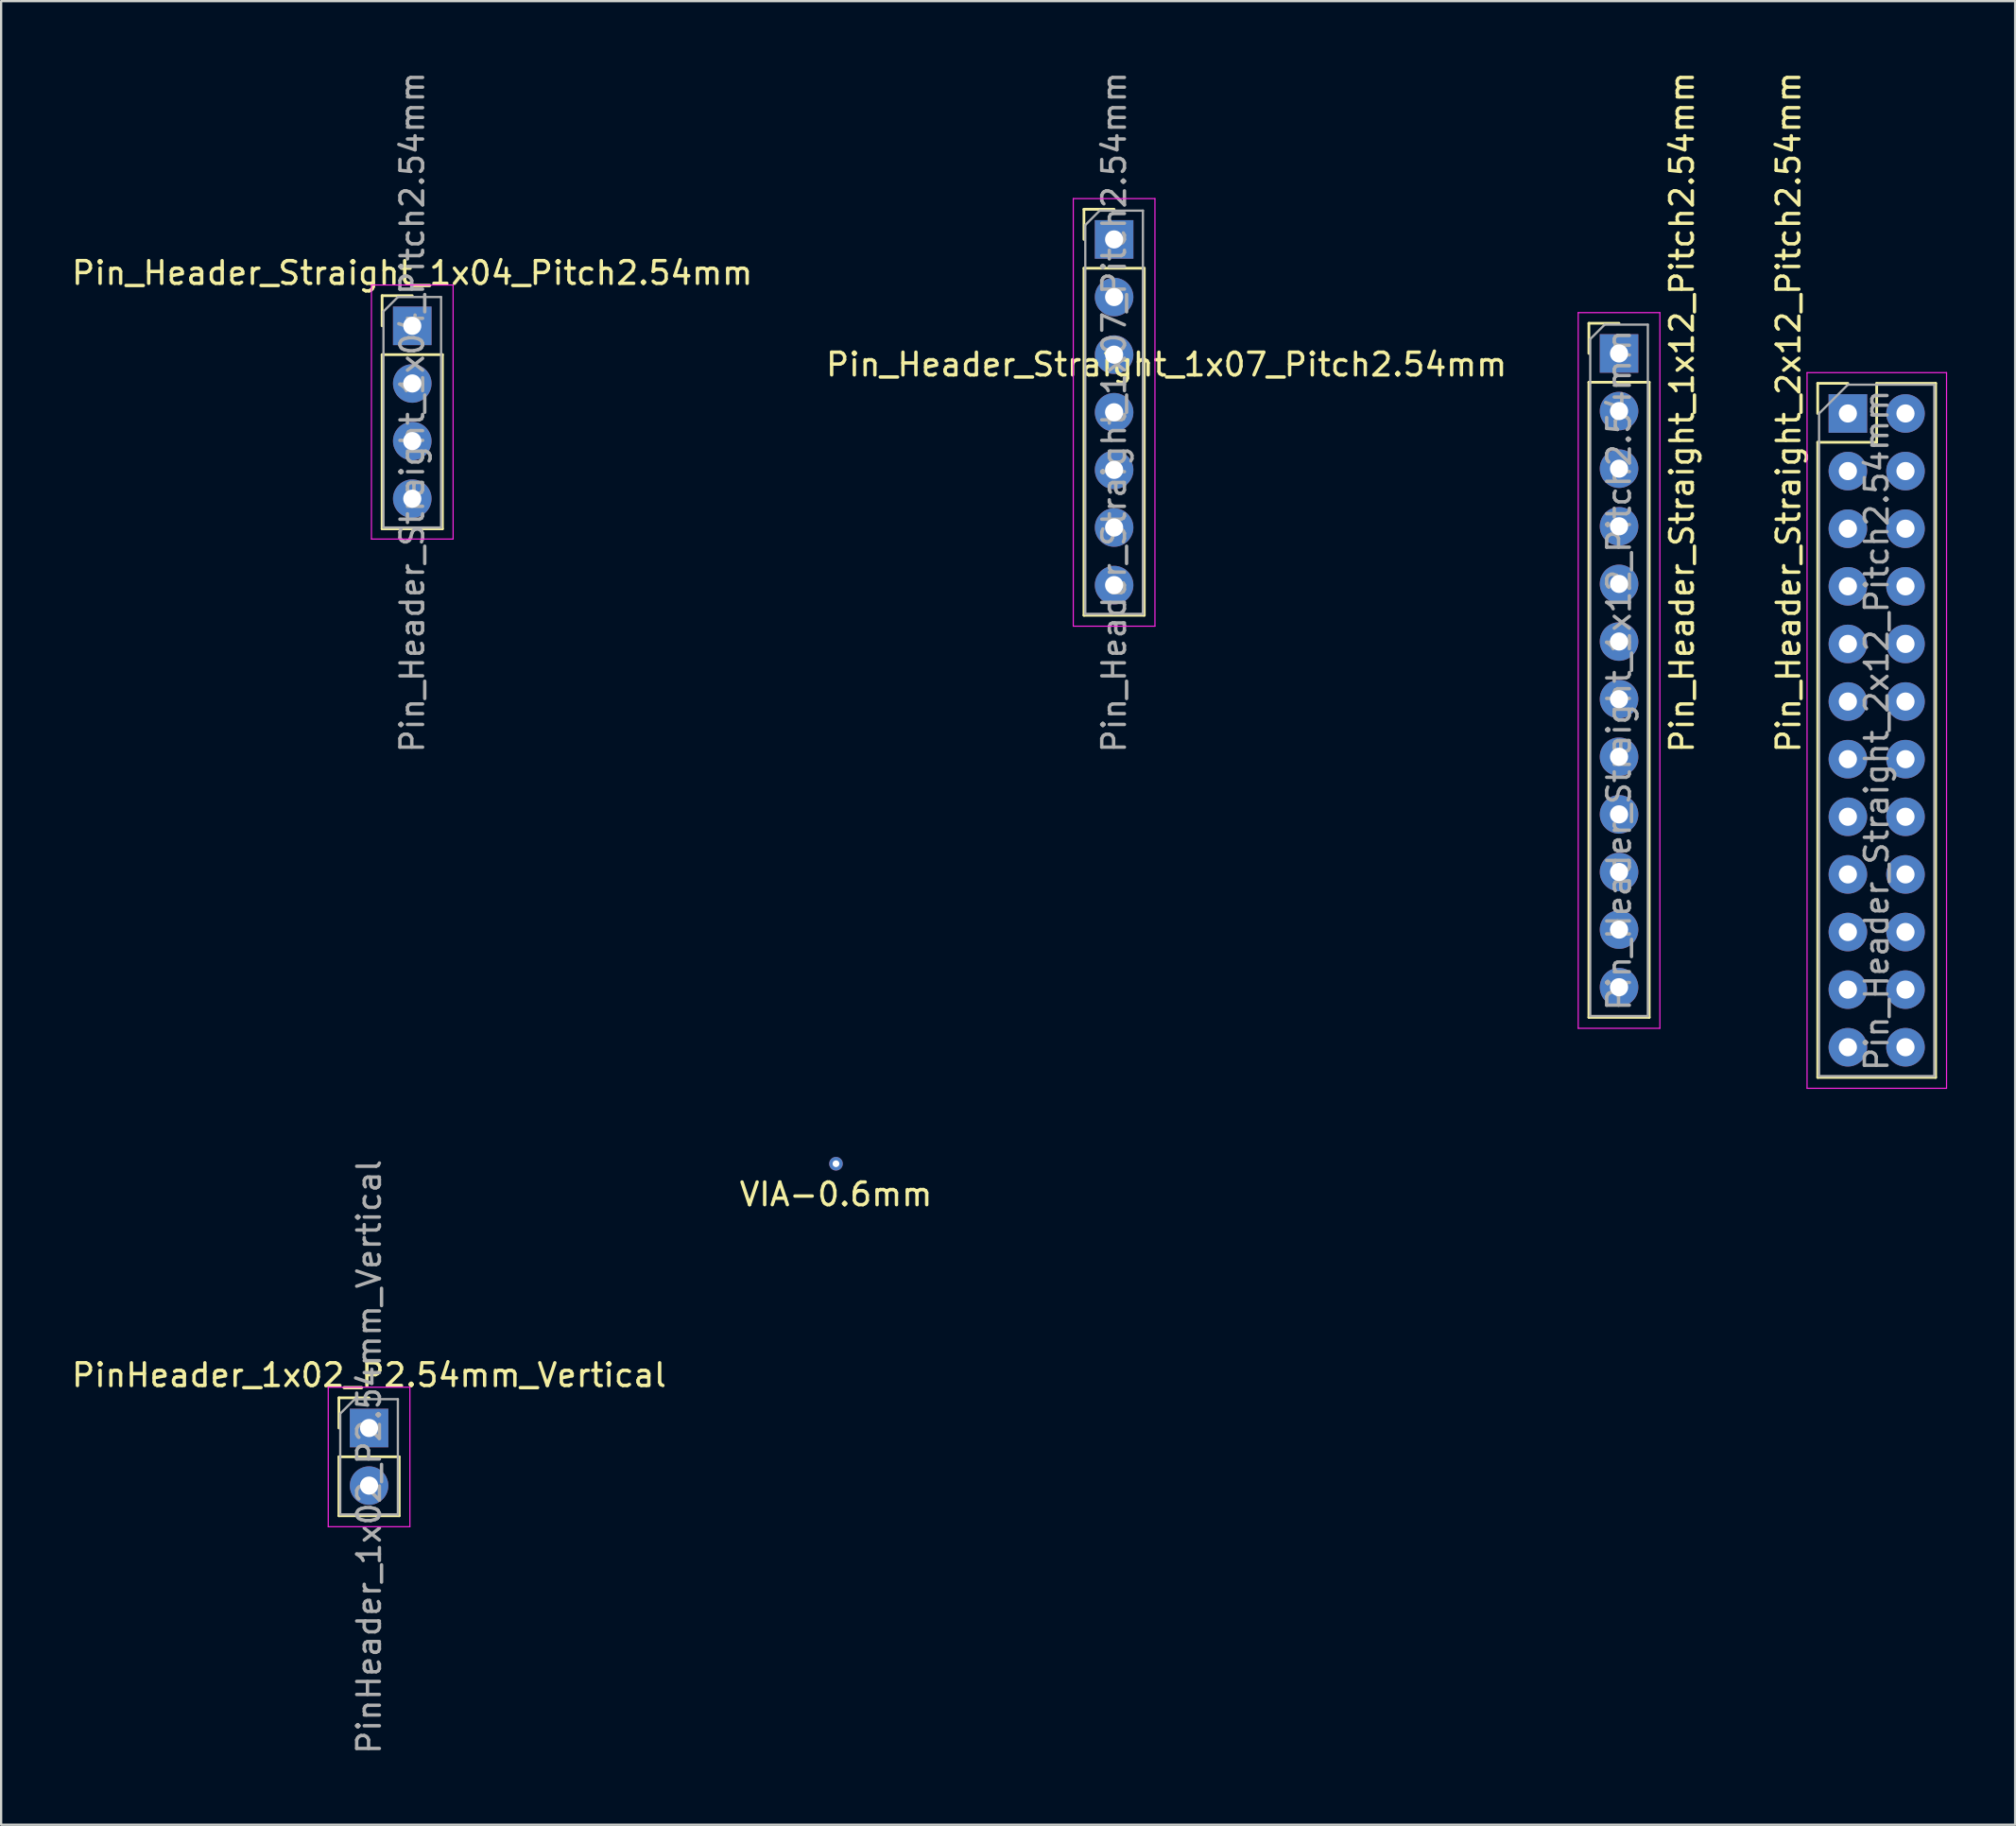
<source format=kicad_pcb>
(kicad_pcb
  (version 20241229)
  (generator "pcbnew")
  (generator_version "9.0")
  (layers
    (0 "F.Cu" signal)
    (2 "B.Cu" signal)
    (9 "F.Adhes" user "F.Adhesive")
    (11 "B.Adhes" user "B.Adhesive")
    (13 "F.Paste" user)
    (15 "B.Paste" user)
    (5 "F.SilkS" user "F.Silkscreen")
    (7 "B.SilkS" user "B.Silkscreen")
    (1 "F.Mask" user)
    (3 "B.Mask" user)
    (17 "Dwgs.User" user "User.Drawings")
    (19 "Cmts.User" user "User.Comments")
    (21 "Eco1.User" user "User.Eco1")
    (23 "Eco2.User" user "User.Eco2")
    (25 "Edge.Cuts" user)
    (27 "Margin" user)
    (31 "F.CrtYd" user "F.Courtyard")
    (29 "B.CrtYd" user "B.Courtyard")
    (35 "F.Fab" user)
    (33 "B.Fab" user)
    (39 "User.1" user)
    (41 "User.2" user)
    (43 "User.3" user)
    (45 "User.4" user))
  (footprint "Pin_Header_Straight_1x07_Pitch2.54mm"
    (layer "F.Cu")
    (at 46.065 7.505)
    (property "Reference" "Pin_Header_Straight_1x07_Pitch2.54mm" (at 2.31 5.515 0) (layer "F.SilkS") (effects (font (size 1 1) (thickness 0.15))))
    (attr through_hole)
    (fp_line (start -1.33 -1.33) (end 0 -1.33) (stroke (width 0.12) (type solid)) (layer "F.SilkS"))
    (fp_line (start -1.33 0) (end -1.33 -1.33) (stroke (width 0.12) (type solid)) (layer "F.SilkS"))
    (fp_line (start -1.33 1.27) (end -1.33 16.57) (stroke (width 0.12) (type solid)) (layer "F.SilkS"))
    (fp_line (start -1.33 1.27) (end 1.33 1.27) (stroke (width 0.12) (type solid)) (layer "F.SilkS"))
    (fp_line (start -1.33 16.57) (end 1.33 16.57) (stroke (width 0.12) (type solid)) (layer "F.SilkS"))
    (fp_line (start 1.33 1.27) (end 1.33 16.57) (stroke (width 0.12) (type solid)) (layer "F.SilkS"))
    (fp_line (start -1.8 -1.8) (end -1.8 17.05) (stroke (width 0.05) (type solid)) (layer "F.CrtYd"))
    (fp_line (start -1.8 17.05) (end 1.8 17.05) (stroke (width 0.05) (type solid)) (layer "F.CrtYd"))
    (fp_line (start 1.8 -1.8) (end -1.8 -1.8) (stroke (width 0.05) (type solid)) (layer "F.CrtYd"))
    (fp_line (start 1.8 17.05) (end 1.8 -1.8) (stroke (width 0.05) (type solid)) (layer "F.CrtYd"))
    (fp_line (start -1.27 -0.635) (end -0.635 -1.27) (stroke (width 0.1) (type solid)) (layer "F.Fab"))
    (fp_line (start -1.27 16.51) (end -1.27 -0.635) (stroke (width 0.1) (type solid)) (layer "F.Fab"))
    (fp_line (start -0.635 -1.27) (end 1.27 -1.27) (stroke (width 0.1) (type solid)) (layer "F.Fab"))
    (fp_line (start 1.27 -1.27) (end 1.27 16.51) (stroke (width 0.1) (type solid)) (layer "F.Fab"))
    (fp_line (start 1.27 16.51) (end -1.27 16.51) (stroke (width 0.1) (type solid)) (layer "F.Fab"))
    (fp_text user "${REFERENCE}" (at 0 7.62 90) (layer "F.Fab") (effects (font (size 1 1) (thickness 0.15))))
    (pad "1" thru_hole rect (at 0 0) (size 1.7 1.7) (drill 0.8) (layers "*.Cu" "*.Mask"))
    (pad "2" thru_hole oval (at 0 2.54) (size 1.7 1.7) (drill 0.8) (layers "*.Cu" "*.Mask"))
    (pad "3" thru_hole oval (at 0 5.08) (size 1.7 1.7) (drill 0.8) (layers "*.Cu" "*.Mask"))
    (pad "4" thru_hole oval (at 0 7.62) (size 1.7 1.7) (drill 0.8) (layers "*.Cu" "*.Mask"))
    (pad "5" thru_hole oval (at 0 10.16) (size 1.7 1.7) (drill 0.8) (layers "*.Cu" "*.Mask"))
    (pad "6" thru_hole oval (at 0 12.7) (size 1.7 1.7) (drill 0.8) (layers "*.Cu" "*.Mask"))
    (pad "7" thru_hole oval (at 0 15.24) (size 1.7 1.7) (drill 0.8) (layers "*.Cu" "*.Mask")))
  (footprint "Pin_Header_Straight_1x04_Pitch2.54mm"
    (layer "F.Cu")
    (at 15.125 11.315)
    (property "Reference" "Pin_Header_Straight_1x04_Pitch2.54mm" (at 0 -2.33 0) (layer "F.SilkS") (effects (font (size 1 1) (thickness 0.15))))
    (attr through_hole)
    (fp_line (start -1.33 -1.33) (end 0 -1.33) (stroke (width 0.12) (type solid)) (layer "F.SilkS"))
    (fp_line (start -1.33 0) (end -1.33 -1.33) (stroke (width 0.12) (type solid)) (layer "F.SilkS"))
    (fp_line (start -1.33 1.27) (end -1.33 8.95) (stroke (width 0.12) (type solid)) (layer "F.SilkS"))
    (fp_line (start -1.33 1.27) (end 1.33 1.27) (stroke (width 0.12) (type solid)) (layer "F.SilkS"))
    (fp_line (start -1.33 8.95) (end 1.33 8.95) (stroke (width 0.12) (type solid)) (layer "F.SilkS"))
    (fp_line (start 1.33 1.27) (end 1.33 8.95) (stroke (width 0.12) (type solid)) (layer "F.SilkS"))
    (fp_line (start -1.8 -1.8) (end -1.8 9.4) (stroke (width 0.05) (type solid)) (layer "F.CrtYd"))
    (fp_line (start -1.8 9.4) (end 1.8 9.4) (stroke (width 0.05) (type solid)) (layer "F.CrtYd"))
    (fp_line (start 1.8 -1.8) (end -1.8 -1.8) (stroke (width 0.05) (type solid)) (layer "F.CrtYd"))
    (fp_line (start 1.8 9.4) (end 1.8 -1.8) (stroke (width 0.05) (type solid)) (layer "F.CrtYd"))
    (fp_line (start -1.27 -0.635) (end -0.635 -1.27) (stroke (width 0.1) (type solid)) (layer "F.Fab"))
    (fp_line (start -1.27 8.89) (end -1.27 -0.635) (stroke (width 0.1) (type solid)) (layer "F.Fab"))
    (fp_line (start -0.635 -1.27) (end 1.27 -1.27) (stroke (width 0.1) (type solid)) (layer "F.Fab"))
    (fp_line (start 1.27 -1.27) (end 1.27 8.89) (stroke (width 0.1) (type solid)) (layer "F.Fab"))
    (fp_line (start 1.27 8.89) (end -1.27 8.89) (stroke (width 0.1) (type solid)) (layer "F.Fab"))
    (fp_text user "${REFERENCE}" (at 0 3.81 90) (layer "F.Fab") (effects (font (size 1 1) (thickness 0.15))))
    (pad "1" thru_hole rect (at 0 0) (size 1.7 1.7) (drill 0.8) (layers "*.Cu" "*.Mask"))
    (pad "2" thru_hole oval (at 0 2.54) (size 1.7 1.7) (drill 0.8) (layers "*.Cu" "*.Mask"))
    (pad "3" thru_hole oval (at 0 5.08) (size 1.7 1.7) (drill 0.8) (layers "*.Cu" "*.Mask"))
    (pad "4" thru_hole oval (at 0 7.62) (size 1.7 1.7) (drill 0.8) (layers "*.Cu" "*.Mask")))
  (footprint "PinHeader_1x02_P2.54mm_Vertical"
    (layer "F.Cu")
    (at 13.22 59.904)
    (property "Reference" "PinHeader_1x02_P2.54mm_Vertical" (at 0 -2.33 0) (layer "F.SilkS") (effects (font (size 1 1) (thickness 0.15))))
    (attr through_hole)
    (fp_line (start -1.33 -1.33) (end 0 -1.33) (stroke (width 0.12) (type solid)) (layer "F.SilkS"))
    (fp_line (start -1.33 0) (end -1.33 -1.33) (stroke (width 0.12) (type solid)) (layer "F.SilkS"))
    (fp_line (start -1.33 1.27) (end -1.33 3.87) (stroke (width 0.12) (type solid)) (layer "F.SilkS"))
    (fp_line (start -1.33 1.27) (end 1.33 1.27) (stroke (width 0.12) (type solid)) (layer "F.SilkS"))
    (fp_line (start -1.33 3.87) (end 1.33 3.87) (stroke (width 0.12) (type solid)) (layer "F.SilkS"))
    (fp_line (start 1.33 1.27) (end 1.33 3.87) (stroke (width 0.12) (type solid)) (layer "F.SilkS"))
    (fp_line (start -1.8 -1.8) (end -1.8 4.35) (stroke (width 0.05) (type solid)) (layer "F.CrtYd"))
    (fp_line (start -1.8 4.35) (end 1.8 4.35) (stroke (width 0.05) (type solid)) (layer "F.CrtYd"))
    (fp_line (start 1.8 -1.8) (end -1.8 -1.8) (stroke (width 0.05) (type solid)) (layer "F.CrtYd"))
    (fp_line (start 1.8 4.35) (end 1.8 -1.8) (stroke (width 0.05) (type solid)) (layer "F.CrtYd"))
    (fp_line (start -1.27 -0.635) (end -0.635 -1.27) (stroke (width 0.1) (type solid)) (layer "F.Fab"))
    (fp_line (start -1.27 3.81) (end -1.27 -0.635) (stroke (width 0.1) (type solid)) (layer "F.Fab"))
    (fp_line (start -0.635 -1.27) (end 1.27 -1.27) (stroke (width 0.1) (type solid)) (layer "F.Fab"))
    (fp_line (start 1.27 -1.27) (end 1.27 3.81) (stroke (width 0.1) (type solid)) (layer "F.Fab"))
    (fp_line (start 1.27 3.81) (end -1.27 3.81) (stroke (width 0.1) (type solid)) (layer "F.Fab"))
    (fp_text user "${REFERENCE}" (at 0 1.27 90) (layer "F.Fab") (effects (font (size 1 1) (thickness 0.15))))
    (pad "1" thru_hole rect (at 0 0) (size 1.7 1.7) (drill 0.8) (layers "*.Cu" "*.Mask"))
    (pad "2" thru_hole oval (at 0 2.54) (size 1.7 1.7) (drill 0.8) (layers "*.Cu" "*.Mask")))
  (footprint "Pin_Header_Straight_1x12_Pitch2.54mm"
    (layer "F.Cu")
    (at 68.325 12.532)
    (property "Reference" "Pin_Header_Straight_1x12_Pitch2.54mm" (at 2.775 2.593 90) (layer "F.SilkS") (effects (font (size 1 1) (thickness 0.15))))
    (attr through_hole)
    (fp_line (start -1.33 -1.33) (end 0 -1.33) (stroke (width 0.12) (type solid)) (layer "F.SilkS"))
    (fp_line (start -1.33 0) (end -1.33 -1.33) (stroke (width 0.12) (type solid)) (layer "F.SilkS"))
    (fp_line (start -1.33 1.27) (end -1.33 29.27) (stroke (width 0.12) (type solid)) (layer "F.SilkS"))
    (fp_line (start -1.33 1.27) (end 1.33 1.27) (stroke (width 0.12) (type solid)) (layer "F.SilkS"))
    (fp_line (start -1.33 29.27) (end 1.33 29.27) (stroke (width 0.12) (type solid)) (layer "F.SilkS"))
    (fp_line (start 1.33 1.27) (end 1.33 29.27) (stroke (width 0.12) (type solid)) (layer "F.SilkS"))
    (fp_line (start -1.8 -1.8) (end -1.8 29.75) (stroke (width 0.05) (type solid)) (layer "F.CrtYd"))
    (fp_line (start -1.8 29.75) (end 1.8 29.75) (stroke (width 0.05) (type solid)) (layer "F.CrtYd"))
    (fp_line (start 1.8 -1.8) (end -1.8 -1.8) (stroke (width 0.05) (type solid)) (layer "F.CrtYd"))
    (fp_line (start 1.8 29.75) (end 1.8 -1.8) (stroke (width 0.05) (type solid)) (layer "F.CrtYd"))
    (fp_line (start -1.27 -0.635) (end -0.635 -1.27) (stroke (width 0.1) (type solid)) (layer "F.Fab"))
    (fp_line (start -1.27 29.21) (end -1.27 -0.635) (stroke (width 0.1) (type solid)) (layer "F.Fab"))
    (fp_line (start -0.635 -1.27) (end 1.27 -1.27) (stroke (width 0.1) (type solid)) (layer "F.Fab"))
    (fp_line (start 1.27 -1.27) (end 1.27 29.21) (stroke (width 0.1) (type solid)) (layer "F.Fab"))
    (fp_line (start 1.27 29.21) (end -1.27 29.21) (stroke (width 0.1) (type solid)) (layer "F.Fab"))
    (fp_text user "${REFERENCE}" (at 0 13.97 90) (layer "F.Fab") (effects (font (size 1 1) (thickness 0.15))))
    (pad "1" thru_hole rect (at 0 0) (size 1.7 1.7) (drill 0.8) (layers "*.Cu" "*.Mask"))
    (pad "2" thru_hole oval (at 0 2.54) (size 1.7 1.7) (drill 0.8) (layers "*.Cu" "*.Mask"))
    (pad "3" thru_hole oval (at 0 5.08) (size 1.7 1.7) (drill 0.8) (layers "*.Cu" "*.Mask"))
    (pad "4" thru_hole oval (at 0 7.62) (size 1.7 1.7) (drill 0.8) (layers "*.Cu" "*.Mask"))
    (pad "5" thru_hole oval (at 0 10.16) (size 1.7 1.7) (drill 0.8) (layers "*.Cu" "*.Mask"))
    (pad "6" thru_hole oval (at 0 12.7) (size 1.7 1.7) (drill 0.8) (layers "*.Cu" "*.Mask"))
    (pad "7" thru_hole oval (at 0 15.24) (size 1.7 1.7) (drill 0.8) (layers "*.Cu" "*.Mask"))
    (pad "8" thru_hole oval (at 0 17.78) (size 1.7 1.7) (drill 0.8) (layers "*.Cu" "*.Mask"))
    (pad "9" thru_hole oval (at 0 20.32) (size 1.7 1.7) (drill 0.8) (layers "*.Cu" "*.Mask"))
    (pad "10" thru_hole oval (at 0 22.86) (size 1.7 1.7) (drill 0.8) (layers "*.Cu" "*.Mask"))
    (pad "11" thru_hole oval (at 0 25.4) (size 1.7 1.7) (drill 0.8) (layers "*.Cu" "*.Mask"))
    (pad "12" thru_hole oval (at 0 27.94) (size 1.7 1.7) (drill 0.8) (layers "*.Cu" "*.Mask")))
  (footprint "Pin_Header_Straight_2x12_Pitch2.54mm"
    (layer "F.Cu")
    (at 78.413 15.178)
    (property "Reference" "Pin_Header_Straight_2x12_Pitch2.54mm" (at -2.616 -0.053 90) (layer "F.SilkS") (effects (font (size 1 1) (thickness 0.15))))
    (attr through_hole)
    (fp_line (start -1.33 -1.33) (end 0 -1.33) (stroke (width 0.12) (type solid)) (layer "F.SilkS"))
    (fp_line (start -1.33 0) (end -1.33 -1.33) (stroke (width 0.12) (type solid)) (layer "F.SilkS"))
    (fp_line (start -1.33 1.27) (end -1.33 29.27) (stroke (width 0.12) (type solid)) (layer "F.SilkS"))
    (fp_line (start -1.33 1.27) (end 1.27 1.27) (stroke (width 0.12) (type solid)) (layer "F.SilkS"))
    (fp_line (start -1.33 29.27) (end 3.87 29.27) (stroke (width 0.12) (type solid)) (layer "F.SilkS"))
    (fp_line (start 1.27 -1.33) (end 3.87 -1.33) (stroke (width 0.12) (type solid)) (layer "F.SilkS"))
    (fp_line (start 1.27 1.27) (end 1.27 -1.33) (stroke (width 0.12) (type solid)) (layer "F.SilkS"))
    (fp_line (start 3.87 -1.33) (end 3.87 29.27) (stroke (width 0.12) (type solid)) (layer "F.SilkS"))
    (fp_line (start -1.8 -1.8) (end -1.8 29.75) (stroke (width 0.05) (type solid)) (layer "F.CrtYd"))
    (fp_line (start -1.8 29.75) (end 4.35 29.75) (stroke (width 0.05) (type solid)) (layer "F.CrtYd"))
    (fp_line (start 4.35 -1.8) (end -1.8 -1.8) (stroke (width 0.05) (type solid)) (layer "F.CrtYd"))
    (fp_line (start 4.35 29.75) (end 4.35 -1.8) (stroke (width 0.05) (type solid)) (layer "F.CrtYd"))
    (fp_line (start -1.27 0) (end 0 -1.27) (stroke (width 0.1) (type solid)) (layer "F.Fab"))
    (fp_line (start -1.27 29.21) (end -1.27 0) (stroke (width 0.1) (type solid)) (layer "F.Fab"))
    (fp_line (start 0 -1.27) (end 3.81 -1.27) (stroke (width 0.1) (type solid)) (layer "F.Fab"))
    (fp_line (start 3.81 -1.27) (end 3.81 29.21) (stroke (width 0.1) (type solid)) (layer "F.Fab"))
    (fp_line (start 3.81 29.21) (end -1.27 29.21) (stroke (width 0.1) (type solid)) (layer "F.Fab"))
    (fp_text user "${REFERENCE}" (at 1.27 13.97 90) (layer "F.Fab") (effects (font (size 1 1) (thickness 0.15))))
    (pad "1" thru_hole rect (at 0 0) (size 1.7 1.7) (drill 0.8) (layers "*.Cu" "*.Mask"))
    (pad "2" thru_hole oval (at 2.54 0) (size 1.7 1.7) (drill 0.8) (layers "*.Cu" "*.Mask"))
    (pad "3" thru_hole oval (at 0 2.54) (size 1.7 1.7) (drill 0.8) (layers "*.Cu" "*.Mask"))
    (pad "4" thru_hole oval (at 2.54 2.54) (size 1.7 1.7) (drill 0.8) (layers "*.Cu" "*.Mask"))
    (pad "5" thru_hole oval (at 0 5.08) (size 1.7 1.7) (drill 0.8) (layers "*.Cu" "*.Mask"))
    (pad "6" thru_hole oval (at 2.54 5.08) (size 1.7 1.7) (drill 0.8) (layers "*.Cu" "*.Mask"))
    (pad "7" thru_hole oval (at 0 7.62) (size 1.7 1.7) (drill 0.8) (layers "*.Cu" "*.Mask"))
    (pad "8" thru_hole oval (at 2.54 7.62) (size 1.7 1.7) (drill 0.8) (layers "*.Cu" "*.Mask"))
    (pad "9" thru_hole oval (at 0 10.16) (size 1.7 1.7) (drill 0.8) (layers "*.Cu" "*.Mask"))
    (pad "10" thru_hole oval (at 2.54 10.16) (size 1.7 1.7) (drill 0.8) (layers "*.Cu" "*.Mask"))
    (pad "11" thru_hole oval (at 0 12.7) (size 1.7 1.7) (drill 0.8) (layers "*.Cu" "*.Mask"))
    (pad "12" thru_hole oval (at 2.54 12.7) (size 1.7 1.7) (drill 0.8) (layers "*.Cu" "*.Mask"))
    (pad "13" thru_hole oval (at 0 15.24) (size 1.7 1.7) (drill 0.8) (layers "*.Cu" "*.Mask"))
    (pad "14" thru_hole oval (at 2.54 15.24) (size 1.7 1.7) (drill 0.8) (layers "*.Cu" "*.Mask"))
    (pad "15" thru_hole oval (at 0 17.78) (size 1.7 1.7) (drill 0.8) (layers "*.Cu" "*.Mask"))
    (pad "16" thru_hole oval (at 2.54 17.78) (size 1.7 1.7) (drill 0.8) (layers "*.Cu" "*.Mask"))
    (pad "17" thru_hole oval (at 0 20.32) (size 1.7 1.7) (drill 0.8) (layers "*.Cu" "*.Mask"))
    (pad "18" thru_hole oval (at 2.54 20.32) (size 1.7 1.7) (drill 0.8) (layers "*.Cu" "*.Mask"))
    (pad "19" thru_hole oval (at 0 22.86) (size 1.7 1.7) (drill 0.8) (layers "*.Cu" "*.Mask"))
    (pad "20" thru_hole oval (at 2.54 22.86) (size 1.7 1.7) (drill 0.8) (layers "*.Cu" "*.Mask"))
    (pad "21" thru_hole oval (at 0 25.4) (size 1.7 1.7) (drill 0.8) (layers "*.Cu" "*.Mask"))
    (pad "22" thru_hole oval (at 2.54 25.4) (size 1.7 1.7) (drill 0.8) (layers "*.Cu" "*.Mask"))
    (pad "23" thru_hole oval (at 0 27.94) (size 1.7 1.7) (drill 0.8) (layers "*.Cu" "*.Mask"))
    (pad "24" thru_hole oval (at 2.54 27.94) (size 1.7 1.7) (drill 0.8) (layers "*.Cu" "*.Mask")))
  (footprint "VIA-0.6mm"
    (layer "F.Cu")
    (at 33.804 48.253)
    (property "Reference" "VIA-0.6mm" (at 0 1.35 0) (layer "F.SilkS") (effects (font (size 1 1) (thickness 0.15))))
    (attr through_hole)
    (pad "1" thru_hole circle (at 0 0) (size 0.6 0.6) (drill 0.3) (layers "*.Cu")))
  (gr_rect
    (start -3 -3)
    (end 85.788 77.394)
    (stroke (width 0.1) (type default))
    (fill no)
    (layer "Edge.Cuts")))
</source>
